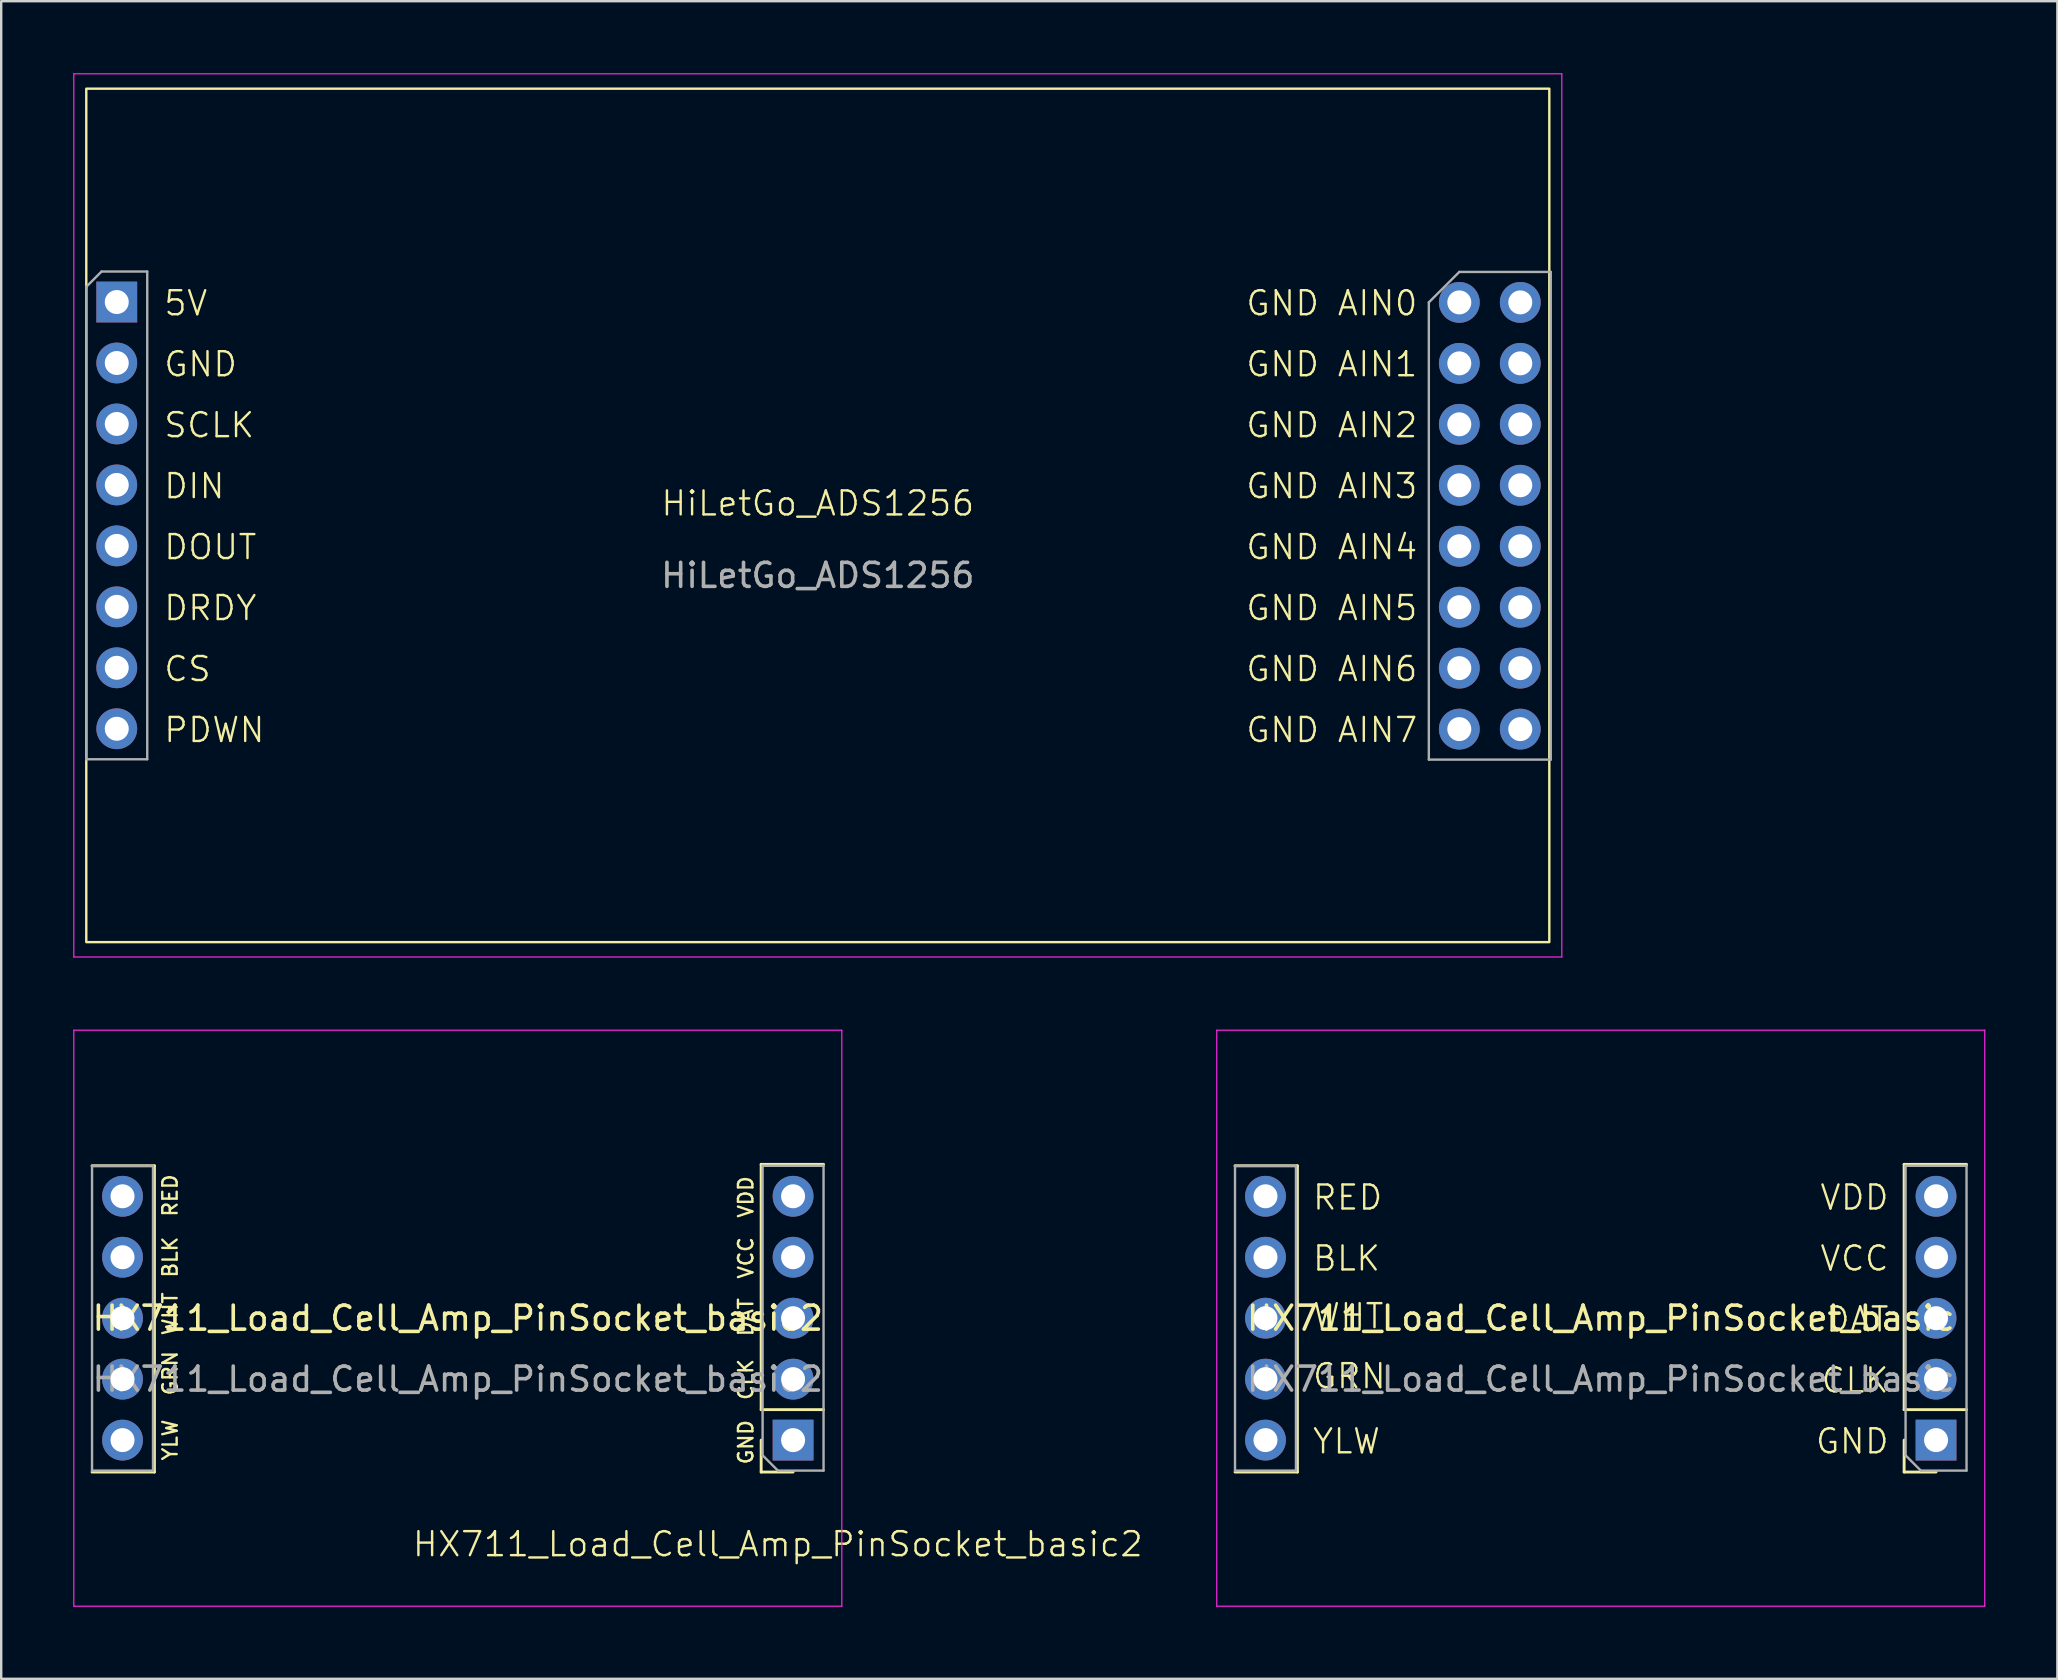
<source format=kicad_pcb>
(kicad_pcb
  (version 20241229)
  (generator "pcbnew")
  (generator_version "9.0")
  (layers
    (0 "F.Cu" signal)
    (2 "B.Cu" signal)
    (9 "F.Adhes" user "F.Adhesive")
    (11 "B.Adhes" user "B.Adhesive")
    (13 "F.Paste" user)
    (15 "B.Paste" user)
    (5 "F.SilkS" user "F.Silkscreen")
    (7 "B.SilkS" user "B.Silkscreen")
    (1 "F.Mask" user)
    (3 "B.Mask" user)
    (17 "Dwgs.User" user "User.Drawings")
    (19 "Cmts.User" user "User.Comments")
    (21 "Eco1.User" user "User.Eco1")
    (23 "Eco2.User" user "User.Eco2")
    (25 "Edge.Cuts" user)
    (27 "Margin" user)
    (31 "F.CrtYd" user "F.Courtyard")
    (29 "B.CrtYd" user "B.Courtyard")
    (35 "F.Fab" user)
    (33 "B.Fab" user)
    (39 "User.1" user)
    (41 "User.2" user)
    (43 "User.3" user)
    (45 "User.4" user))
  (footprint "HX711_Load_Cell_Amp_PinSocket_basic"
    (layer "F.Cu")
    (at 63.649 51.875)
    (property "Reference" "HX711_Load_Cell_Amp_PinSocket_basic" (at 0 0 0) (layer "F.SilkS") (effects (font (size 1 1) (thickness 0.15))))
    (attr through_hole)
    (fp_line (start -15.24 -6.35) (end -12.64 -6.35) (stroke (width 0.12) (type solid)) (layer "F.SilkS"))
    (fp_line (start -15.24 6.41) (end -12.64 6.41) (stroke (width 0.12) (type solid)) (layer "F.SilkS"))
    (fp_line (start -12.64 -6.35) (end -12.64 6.41) (stroke (width 0.12) (type solid)) (layer "F.SilkS"))
    (fp_line (start 12.64 3.81) (end 12.64 -6.41) (stroke (width 0.12) (type solid)) (layer "F.SilkS"))
    (fp_line (start 12.64 6.41) (end 12.64 5.08) (stroke (width 0.12) (type solid)) (layer "F.SilkS"))
    (fp_line (start 13.97 6.41) (end 12.64 6.41) (stroke (width 0.12) (type solid)) (layer "F.SilkS"))
    (fp_line (start 15.24 -6.41) (end 12.64 -6.41) (stroke (width 0.12) (type solid)) (layer "F.SilkS"))
    (fp_line (start 15.24 3.81) (end 12.64 3.81) (stroke (width 0.12) (type solid)) (layer "F.SilkS"))
    (fp_line (start -16 -12) (end 16 -12) (stroke (width 0.05) (type solid)) (layer "F.CrtYd"))
    (fp_line (start -16 12) (end -16 -12) (stroke (width 0.05) (type solid)) (layer "F.CrtYd"))
    (fp_line (start 16 -12) (end 16 12) (stroke (width 0.05) (type solid)) (layer "F.CrtYd"))
    (fp_line (start 16 12) (end -16 12) (stroke (width 0.05) (type solid)) (layer "F.CrtYd"))
    (fp_line (start -15.24 -6.35) (end -12.7 -6.35) (stroke (width 0.1) (type solid)) (layer "F.Fab"))
    (fp_line (start -15.24 6.35) (end -15.24 -6.35) (stroke (width 0.1) (type solid)) (layer "F.Fab"))
    (fp_line (start -12.7 -6.35) (end -12.7 6.35) (stroke (width 0.1) (type solid)) (layer "F.Fab"))
    (fp_line (start -12.7 6.35) (end -15.24 6.35) (stroke (width 0.1) (type solid)) (layer "F.Fab"))
    (fp_line (start 12.7 -6.35) (end 15.24 -6.35) (stroke (width 0.1) (type solid)) (layer "F.Fab"))
    (fp_line (start 12.7 5.715) (end 12.7 -6.35) (stroke (width 0.1) (type solid)) (layer "F.Fab"))
    (fp_line (start 13.335 6.35) (end 12.7 5.715) (stroke (width 0.1) (type solid)) (layer "F.Fab"))
    (fp_line (start 15.24 -6.35) (end 15.24 6.35) (stroke (width 0.1) (type solid)) (layer "F.Fab"))
    (fp_line (start 15.24 6.35) (end 13.335 6.35) (stroke (width 0.1) (type solid)) (layer "F.Fab"))
    (fp_text user "VDD" (at 12.065 -4.445 0) (unlocked yes) (layer "F.SilkS") (effects (font (size 1 1) (thickness 0.1)) (justify right bottom)))
    (fp_text user "RED" (at -12.065 -4.445 0) (unlocked yes) (layer "F.SilkS") (effects (font (size 1 1) (thickness 0.1)) (justify left bottom)))
    (fp_text user "GRN" (at -12.065 3 0) (unlocked yes) (layer "F.SilkS") (effects (font (size 1 1) (thickness 0.1)) (justify left bottom)))
    (fp_text user "VCC" (at 12.065 -1.905 0) (unlocked yes) (layer "F.SilkS") (effects (font (size 1 1) (thickness 0.1)) (justify right bottom)))
    (fp_text user "CLK" (at 12.065 3.175 0) (unlocked yes) (layer "F.SilkS") (effects (font (size 1 1) (thickness 0.1)) (justify right bottom)))
    (fp_text user "BLK" (at -12.065 -1.905 0) (unlocked yes) (layer "F.SilkS") (effects (font (size 1 1) (thickness 0.1)) (justify left bottom)))
    (fp_text user "WHT" (at -12.065 0.5 0) (unlocked yes) (layer "F.SilkS") (effects (font (size 1 1) (thickness 0.1)) (justify left bottom)))
    (fp_text user "DAT" (at 12.065 0.635 0) (unlocked yes) (layer "F.SilkS") (effects (font (size 1 1) (thickness 0.1)) (justify right bottom)))
    (fp_text user "YLW" (at -12.065 5.715 0) (unlocked yes) (layer "F.SilkS") (effects (font (size 1 1) (thickness 0.1)) (justify left bottom)))
    (fp_text user "GND" (at 8.89 5.715 0) (unlocked yes) (layer "F.SilkS") (effects (font (size 1 1) (thickness 0.1)) (justify left bottom)))
    (fp_text user "${REFERENCE}" (at 0 2.54 180) (layer "F.Fab") (effects (font (size 1 1) (thickness 0.15))))
    (pad "1" thru_hole rect (at 13.97 5.08 180) (size 1.7 1.7) (drill 1) (layers "*.Cu" "*.Mask"))
    (pad "2" thru_hole oval (at 13.97 2.54 180) (size 1.7 1.7) (drill 1) (layers "*.Cu" "*.Mask"))
    (pad "3" thru_hole oval (at 13.97 0 180) (size 1.7 1.7) (drill 1) (layers "*.Cu" "*.Mask"))
    (pad "4" thru_hole oval (at 13.97 -2.54 180) (size 1.7 1.7) (drill 1) (layers "*.Cu" "*.Mask"))
    (pad "5" thru_hole oval (at 13.97 -5.08 180) (size 1.7 1.7) (drill 1) (layers "*.Cu" "*.Mask"))
    (pad "6" thru_hole circle (at -13.97 -5.08) (size 1.7 1.7) (drill 1) (layers "*.Cu" "*.Mask"))
    (pad "7" thru_hole oval (at -13.97 -2.54) (size 1.7 1.7) (drill 1) (layers "*.Cu" "*.Mask"))
    (pad "8" thru_hole oval (at -13.97 0) (size 1.7 1.7) (drill 1) (layers "*.Cu" "*.Mask"))
    (pad "9" thru_hole oval (at -13.97 2.54) (size 1.7 1.7) (drill 1) (layers "*.Cu" "*.Mask"))
    (pad "10" thru_hole oval (at -13.97 5.08) (size 1.7 1.7) (drill 1) (layers "*.Cu" "*.Mask")))
  (footprint "HiLetGo_ADS1256"
    (layer "F.Cu")
    (at 31.025 18.425)
    (property "Reference" "HiLetGo_ADS1256" (at 0 -0.5 0) (unlocked yes) (layer "F.SilkS") (effects (font (size 1 1) (thickness 0.1))))
    (attr through_hole)
    (fp_rect (start -30.48 -17.78) (end 30.48 17.78) (stroke (width 0.1) (type default)) (fill no) (layer "F.SilkS"))
    (fp_line (start -31 -18.4) (end -31 18.4) (stroke (width 0.05) (type solid)) (layer "F.CrtYd"))
    (fp_line (start -31 18.4) (end 31 18.4) (stroke (width 0.05) (type solid)) (layer "F.CrtYd"))
    (fp_line (start 31 -18.4) (end -31 -18.4) (stroke (width 0.05) (type solid)) (layer "F.CrtYd"))
    (fp_line (start 31 18.4) (end 31 -18.4) (stroke (width 0.05) (type solid)) (layer "F.CrtYd"))
    (fp_line (start -30.48 -9.525) (end -29.845 -10.16) (stroke (width 0.1) (type solid)) (layer "F.Fab"))
    (fp_line (start -30.48 10.16) (end -30.48 -9.525) (stroke (width 0.1) (type solid)) (layer "F.Fab"))
    (fp_line (start -29.845 -10.16) (end -27.94 -10.16) (stroke (width 0.1) (type solid)) (layer "F.Fab"))
    (fp_line (start -27.94 -10.16) (end -27.94 10.16) (stroke (width 0.1) (type solid)) (layer "F.Fab"))
    (fp_line (start -27.94 10.16) (end -30.48 10.16) (stroke (width 0.1) (type solid)) (layer "F.Fab"))
    (fp_line (start 25.46 -8.875) (end 26.73 -10.145) (stroke (width 0.1) (type solid)) (layer "F.Fab"))
    (fp_line (start 25.46 10.175) (end 25.46 -8.875) (stroke (width 0.1) (type solid)) (layer "F.Fab"))
    (fp_line (start 26.73 -10.145) (end 30.54 -10.145) (stroke (width 0.1) (type solid)) (layer "F.Fab"))
    (fp_line (start 30.54 -10.145) (end 30.54 10.175) (stroke (width 0.1) (type solid)) (layer "F.Fab"))
    (fp_line (start 30.54 10.175) (end 25.46 10.175) (stroke (width 0.1) (type solid)) (layer "F.Fab"))
    (fp_text user "DIN" (at -27.305 -0.635 0) (unlocked yes) (layer "F.SilkS") (effects (font (size 1 1) (thickness 0.1)) (justify left bottom)))
    (fp_text user "GND" (at 17.78 6.985 0) (unlocked yes) (layer "F.SilkS") (effects (font (size 1 1) (thickness 0.1)) (justify left bottom)))
    (fp_text user "AIN5" (at 21.59 4.445 0) (unlocked yes) (layer "F.SilkS") (effects (font (size 1 1) (thickness 0.1)) (justify left bottom)))
    (fp_text user "AIN7" (at 21.59 9.525 0) (unlocked yes) (layer "F.SilkS") (effects (font (size 1 1) (thickness 0.1)) (justify left bottom)))
    (fp_text user "GND" (at 17.78 9.525 0) (unlocked yes) (layer "F.SilkS") (effects (font (size 1 1) (thickness 0.1)) (justify left bottom)))
    (fp_text user "GND" (at 17.78 4.445 0) (unlocked yes) (layer "F.SilkS") (effects (font (size 1 1) (thickness 0.1)) (justify left bottom)))
    (fp_text user "AIN6" (at 21.59 6.985 0) (unlocked yes) (layer "F.SilkS") (effects (font (size 1 1) (thickness 0.1)) (justify left bottom)))
    (fp_text user "CS" (at -27.305 6.985 0) (unlocked yes) (layer "F.SilkS") (effects (font (size 1 1) (thickness 0.1)) (justify left bottom)))
    (fp_text user "DRDY" (at -27.305 4.445 0) (unlocked yes) (layer "F.SilkS") (effects (font (size 1 1) (thickness 0.1)) (justify left bottom)))
    (fp_text user "AIN4" (at 21.59 1.905 0) (unlocked yes) (layer "F.SilkS") (effects (font (size 1 1) (thickness 0.1)) (justify left bottom)))
    (fp_text user "GND" (at 17.78 -5.715 0) (unlocked yes) (layer "F.SilkS") (effects (font (size 1 1) (thickness 0.1)) (justify left bottom)))
    (fp_text user "AIN2" (at 21.59 -3.175 0) (unlocked yes) (layer "F.SilkS") (effects (font (size 1 1) (thickness 0.1)) (justify left bottom)))
    (fp_text user "5V" (at -27.305 -8.255 0) (unlocked yes) (layer "F.SilkS") (effects (font (size 1 1) (thickness 0.1)) (justify left bottom)))
    (fp_text user "AIN3" (at 21.59 -0.635 0) (unlocked yes) (layer "F.SilkS") (effects (font (size 1 1) (thickness 0.1)) (justify left bottom)))
    (fp_text user "PDWN" (at -27.305 9.525 0) (unlocked yes) (layer "F.SilkS") (effects (font (size 1 1) (thickness 0.1)) (justify left bottom)))
    (fp_text user "AIN1" (at 21.59 -5.715 0) (unlocked yes) (layer "F.SilkS") (effects (font (size 1 1) (thickness 0.1)) (justify left bottom)))
    (fp_text user "GND" (at 17.78 -0.635 0) (unlocked yes) (layer "F.SilkS") (effects (font (size 1 1) (thickness 0.1)) (justify left bottom)))
    (fp_text user "AIN0" (at 21.59 -8.255 0) (unlocked yes) (layer "F.SilkS") (effects (font (size 1 1) (thickness 0.1)) (justify left bottom)))
    (fp_text user "GND" (at 17.78 -8.255 0) (unlocked yes) (layer "F.SilkS") (effects (font (size 1 1) (thickness 0.1)) (justify left bottom)))
    (fp_text user "GND" (at -27.305 -5.715 0) (unlocked yes) (layer "F.SilkS") (effects (font (size 1 1) (thickness 0.1)) (justify left bottom)))
    (fp_text user "DOUT" (at -27.305 1.905 0) (unlocked yes) (layer "F.SilkS") (effects (font (size 1 1) (thickness 0.1)) (justify left bottom)))
    (fp_text user "SCLK" (at -27.305 -3.175 0) (unlocked yes) (layer "F.SilkS") (effects (font (size 1 1) (thickness 0.1)) (justify left bottom)))
    (fp_text user "GND" (at 17.78 1.905 0) (unlocked yes) (layer "F.SilkS") (effects (font (size 1 1) (thickness 0.1)) (justify left bottom)))
    (fp_text user "GND" (at 17.78 -3.175 0) (unlocked yes) (layer "F.SilkS") (effects (font (size 1 1) (thickness 0.1)) (justify left bottom)))
    (fp_text user "${REFERENCE}" (at 0 2.5 0) (unlocked yes) (layer "F.Fab") (effects (font (size 1 1) (thickness 0.15))))
    (pad "1" thru_hole rect (at -29.21 -8.89) (size 1.7 1.7) (drill 1) (layers "*.Cu" "*.Mask"))
    (pad "2" thru_hole oval (at -29.21 -6.35) (size 1.7 1.7) (drill 1) (layers "*.Cu" "*.Mask"))
    (pad "3" thru_hole oval (at -29.21 -3.81) (size 1.7 1.7) (drill 1) (layers "*.Cu" "*.Mask"))
    (pad "4" thru_hole oval (at -29.21 -1.27) (size 1.7 1.7) (drill 1) (layers "*.Cu" "*.Mask"))
    (pad "5" thru_hole oval (at -29.21 1.27) (size 1.7 1.7) (drill 1) (layers "*.Cu" "*.Mask"))
    (pad "6" thru_hole oval (at -29.21 3.81) (size 1.7 1.7) (drill 1) (layers "*.Cu" "*.Mask"))
    (pad "7" thru_hole oval (at -29.21 6.35) (size 1.7 1.7) (drill 1) (layers "*.Cu" "*.Mask"))
    (pad "8" thru_hole oval (at -29.21 8.89) (size 1.7 1.7) (drill 1) (layers "*.Cu" "*.Mask"))
    (pad "9" thru_hole oval (at 26.73 -8.875) (size 1.7 1.7) (drill 1) (layers "*.Cu" "*.Mask"))
    (pad "10" thru_hole oval (at 29.27 -8.875) (size 1.7 1.7) (drill 1) (layers "*.Cu" "*.Mask"))
    (pad "11" thru_hole oval (at 26.73 -6.335) (size 1.7 1.7) (drill 1) (layers "*.Cu" "*.Mask"))
    (pad "12" thru_hole oval (at 29.27 -6.335) (size 1.7 1.7) (drill 1) (layers "*.Cu" "*.Mask"))
    (pad "13" thru_hole oval (at 26.73 -3.795) (size 1.7 1.7) (drill 1) (layers "*.Cu" "*.Mask"))
    (pad "14" thru_hole oval (at 29.27 -3.795) (size 1.7 1.7) (drill 1) (layers "*.Cu" "*.Mask"))
    (pad "15" thru_hole oval (at 26.73 -1.255) (size 1.7 1.7) (drill 1) (layers "*.Cu" "*.Mask"))
    (pad "16" thru_hole oval (at 29.27 -1.255) (size 1.7 1.7) (drill 1) (layers "*.Cu" "*.Mask"))
    (pad "17" thru_hole oval (at 26.73 1.285) (size 1.7 1.7) (drill 1) (layers "*.Cu" "*.Mask"))
    (pad "18" thru_hole oval (at 29.27 1.285) (size 1.7 1.7) (drill 1) (layers "*.Cu" "*.Mask"))
    (pad "19" thru_hole oval (at 26.73 3.825) (size 1.7 1.7) (drill 1) (layers "*.Cu" "*.Mask"))
    (pad "20" thru_hole oval (at 29.27 3.825) (size 1.7 1.7) (drill 1) (layers "*.Cu" "*.Mask"))
    (pad "21" thru_hole oval (at 26.73 6.365) (size 1.7 1.7) (drill 1) (layers "*.Cu" "*.Mask"))
    (pad "22" thru_hole oval (at 29.27 6.365) (size 1.7 1.7) (drill 1) (layers "*.Cu" "*.Mask"))
    (pad "23" thru_hole oval (at 26.73 8.905) (size 1.7 1.7) (drill 1) (layers "*.Cu" "*.Mask"))
    (pad "24" thru_hole oval (at 29.27 8.905) (size 1.7 1.7) (drill 1) (layers "*.Cu" "*.Mask")))
  (footprint "HX711_Load_Cell_Amp_PinSocket_basic2"
    (layer "F.Cu")
    (at 16.025 51.875)
    (property "Reference" "HX711_Load_Cell_Amp_PinSocket_basic2" (at 0 0 0) (layer "F.SilkS") (effects (font (size 1 1) (thickness 0.15))))
    (attr through_hole)
    (fp_line (start -15.24 -6.35) (end -12.64 -6.35) (stroke (width 0.12) (type solid)) (layer "F.SilkS"))
    (fp_line (start -15.24 6.41) (end -12.64 6.41) (stroke (width 0.12) (type solid)) (layer "F.SilkS"))
    (fp_line (start -12.64 -6.35) (end -12.64 6.41) (stroke (width 0.12) (type solid)) (layer "F.SilkS"))
    (fp_line (start 12.64 3.81) (end 12.64 -6.41) (stroke (width 0.12) (type solid)) (layer "F.SilkS"))
    (fp_line (start 12.64 6.41) (end 12.64 5.08) (stroke (width 0.12) (type solid)) (layer "F.SilkS"))
    (fp_line (start 13.97 6.41) (end 12.64 6.41) (stroke (width 0.12) (type solid)) (layer "F.SilkS"))
    (fp_line (start 15.24 -6.41) (end 12.64 -6.41) (stroke (width 0.12) (type solid)) (layer "F.SilkS"))
    (fp_line (start 15.24 3.81) (end 12.64 3.81) (stroke (width 0.12) (type solid)) (layer "F.SilkS"))
    (fp_line (start -16 -12) (end 16 -12) (stroke (width 0.05) (type solid)) (layer "F.CrtYd"))
    (fp_line (start -16 12) (end -16 -12) (stroke (width 0.05) (type solid)) (layer "F.CrtYd"))
    (fp_line (start 16 -12) (end 16 12) (stroke (width 0.05) (type solid)) (layer "F.CrtYd"))
    (fp_line (start 16 12) (end -16 12) (stroke (width 0.05) (type solid)) (layer "F.CrtYd"))
    (fp_line (start -15.24 -6.35) (end -12.7 -6.35) (stroke (width 0.1) (type solid)) (layer "F.Fab"))
    (fp_line (start -15.24 6.35) (end -15.24 -6.35) (stroke (width 0.1) (type solid)) (layer "F.Fab"))
    (fp_line (start -12.7 -6.35) (end -12.7 6.35) (stroke (width 0.1) (type solid)) (layer "F.Fab"))
    (fp_line (start -12.7 6.35) (end -15.24 6.35) (stroke (width 0.1) (type solid)) (layer "F.Fab"))
    (fp_line (start 12.7 -6.35) (end 15.24 -6.35) (stroke (width 0.1) (type solid)) (layer "F.Fab"))
    (fp_line (start 12.7 5.715) (end 12.7 -6.35) (stroke (width 0.1) (type solid)) (layer "F.Fab"))
    (fp_line (start 13.335 6.35) (end 12.7 5.715) (stroke (width 0.1) (type solid)) (layer "F.Fab"))
    (fp_line (start 15.24 -6.35) (end 15.24 6.35) (stroke (width 0.1) (type solid)) (layer "F.Fab"))
    (fp_line (start 15.24 6.35) (end 13.335 6.35) (stroke (width 0.1) (type solid)) (layer "F.Fab"))
    (fp_text user "VDD" (at 12.352 -5.974 90) (unlocked yes) (layer "F.SilkS") (effects (font (size 0.6 0.6) (thickness 0.1)) (justify right bottom)))
    (fp_text user "CLK" (at 12.352 1.646 90) (unlocked yes) (layer "F.SilkS") (effects (font (size 0.6 0.6) (thickness 0.1)) (justify right bottom)))
    (fp_text user "GND" (at 12.352 4.186 90) (unlocked yes) (layer "F.SilkS") (effects (font (size 0.6 0.6) (thickness 0.1)) (justify right bottom)))
    (fp_text user "${REFERENCE}" (at 13.335 9.416 0) (unlocked yes) (layer "F.SilkS") (effects (font (size 1 1) (thickness 0.1))))
    (fp_text user "YLW" (at -11.636 5.985 90) (unlocked yes) (layer "F.SilkS") (effects (font (size 0.6 0.6) (thickness 0.1)) (justify left bottom)))
    (fp_text user "BLK" (at -11.636 -1.635 90) (unlocked yes) (layer "F.SilkS") (effects (font (size 0.6 0.6) (thickness 0.1)) (justify left bottom)))
    (fp_text user "GRN" (at -11.636 3.27 90) (unlocked yes) (layer "F.SilkS") (effects (font (size 0.6 0.6) (thickness 0.1)) (justify left bottom)))
    (fp_text user "WHT" (at -11.636 0.77 90) (unlocked yes) (layer "F.SilkS") (effects (font (size 0.6 0.6) (thickness 0.1)) (justify left bottom)))
    (fp_text user "RED" (at -11.636 -4.175 90) (unlocked yes) (layer "F.SilkS") (effects (font (size 0.6 0.6) (thickness 0.1)) (justify left bottom)))
    (fp_text user "VCC" (at 12.352 -3.434 90) (unlocked yes) (layer "F.SilkS") (effects (font (size 0.6 0.6) (thickness 0.1)) (justify right bottom)))
    (fp_text user "DAT" (at 12.352 -0.894 90) (unlocked yes) (layer "F.SilkS") (effects (font (size 0.6 0.6) (thickness 0.1)) (justify right bottom)))
    (fp_text user "${REFERENCE}" (at 0 2.54 180) (layer "F.Fab") (effects (font (size 1 1) (thickness 0.15))))
    (pad "1" thru_hole rect (at 13.97 5.08 180) (size 1.7 1.7) (drill 1) (layers "*.Cu" "*.Mask"))
    (pad "2" thru_hole oval (at 13.97 2.54 180) (size 1.7 1.7) (drill 1) (layers "*.Cu" "*.Mask"))
    (pad "3" thru_hole oval (at 13.97 0 180) (size 1.7 1.7) (drill 1) (layers "*.Cu" "*.Mask"))
    (pad "4" thru_hole oval (at 13.97 -2.54 180) (size 1.7 1.7) (drill 1) (layers "*.Cu" "*.Mask"))
    (pad "5" thru_hole oval (at 13.97 -5.08 180) (size 1.7 1.7) (drill 1) (layers "*.Cu" "*.Mask"))
    (pad "6" thru_hole circle (at -13.97 -5.08) (size 1.7 1.7) (drill 1) (layers "*.Cu" "*.Mask"))
    (pad "7" thru_hole oval (at -13.97 -2.54) (size 1.7 1.7) (drill 1) (layers "*.Cu" "*.Mask"))
    (pad "8" thru_hole oval (at -13.97 0) (size 1.7 1.7) (drill 1) (layers "*.Cu" "*.Mask"))
    (pad "9" thru_hole oval (at -13.97 2.54) (size 1.7 1.7) (drill 1) (layers "*.Cu" "*.Mask"))
    (pad "10" thru_hole oval (at -13.97 5.08) (size 1.7 1.7) (drill 1) (layers "*.Cu" "*.Mask")))
  (gr_rect
    (start -3 -3)
    (end 82.674 66.9)
    (stroke (width 0.1) (type default))
    (fill no)
    (layer "Edge.Cuts")))
</source>
